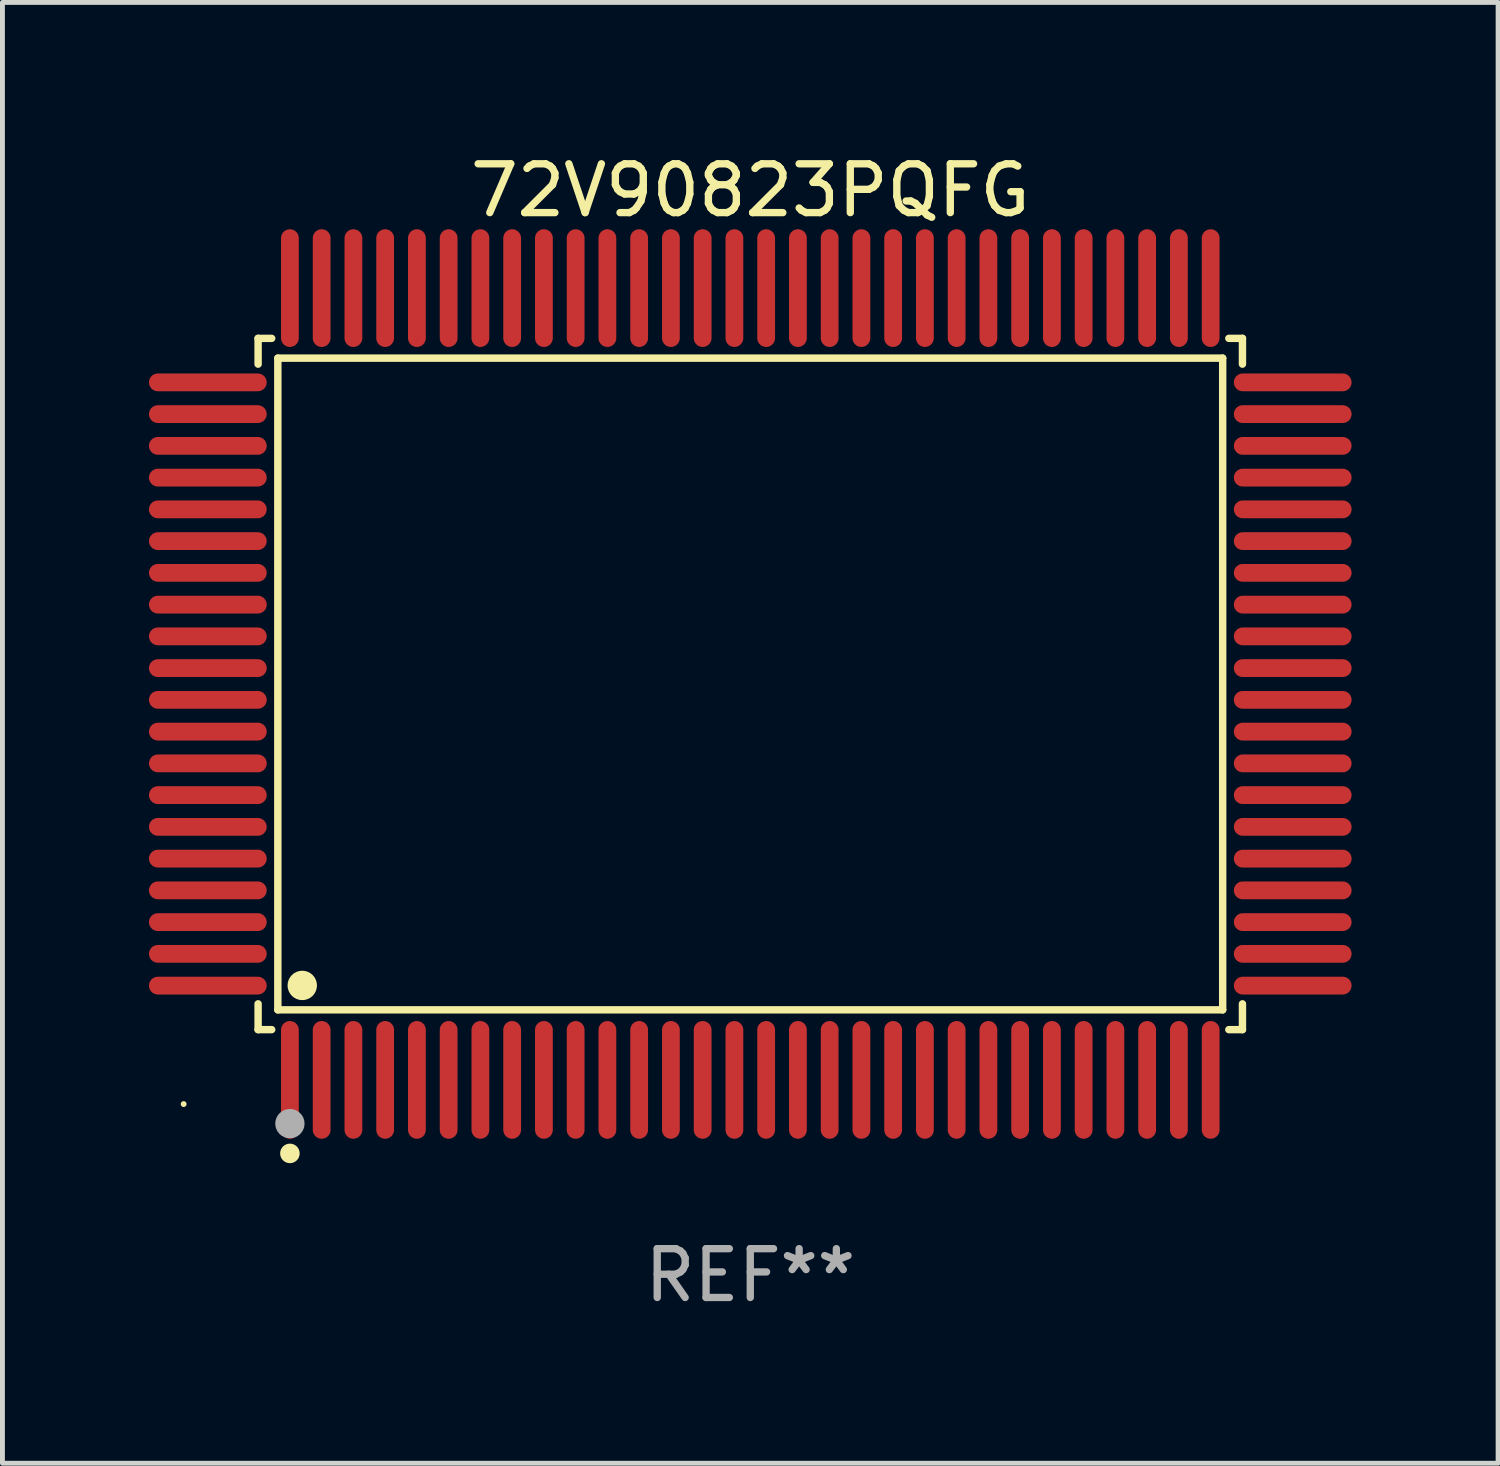
<source format=kicad_pcb>
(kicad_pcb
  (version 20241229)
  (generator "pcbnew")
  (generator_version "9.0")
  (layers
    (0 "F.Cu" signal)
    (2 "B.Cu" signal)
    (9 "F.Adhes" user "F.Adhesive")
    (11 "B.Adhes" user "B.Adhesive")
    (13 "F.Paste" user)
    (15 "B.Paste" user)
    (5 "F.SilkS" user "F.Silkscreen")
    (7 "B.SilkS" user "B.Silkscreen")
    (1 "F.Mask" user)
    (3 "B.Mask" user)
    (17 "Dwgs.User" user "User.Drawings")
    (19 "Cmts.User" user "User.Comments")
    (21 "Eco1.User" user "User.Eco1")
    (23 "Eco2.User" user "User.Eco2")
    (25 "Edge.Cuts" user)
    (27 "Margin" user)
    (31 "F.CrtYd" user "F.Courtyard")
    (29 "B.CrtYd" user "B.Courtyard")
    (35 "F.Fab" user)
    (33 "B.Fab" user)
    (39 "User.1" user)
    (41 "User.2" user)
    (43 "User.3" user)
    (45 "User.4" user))
  (footprint "72V90823PQFG"
    (layer "F.Cu")
    (at 12.31 10.953)
    (property "Reference" "72V90823PQFG" (at 0 -10.105 0) (layer "F.SilkS") (effects (font (size 1 1) (thickness 0.15))))
    (attr through_hole)
    (fp_line (start -10.076 -7.076) (end -9.798 -7.076) (stroke (width 0.152) (type solid)) (layer "F.SilkS"))
    (fp_line (start -10.076 -6.548) (end -10.076 -7.076) (stroke (width 0.152) (type solid)) (layer "F.SilkS"))
    (fp_line (start -10.076 6.548) (end -10.076 7.076) (stroke (width 0.152) (type solid)) (layer "F.SilkS"))
    (fp_line (start -10.076 7.076) (end -9.798 7.076) (stroke (width 0.152) (type solid)) (layer "F.SilkS"))
    (fp_line (start -9.672 -6.671) (end 9.671 -6.671) (stroke (width 0.152) (type solid)) (layer "F.SilkS"))
    (fp_line (start -9.672 6.671) (end -9.672 -6.671) (stroke (width 0.152) (type solid)) (layer "F.SilkS"))
    (fp_line (start 9.671 -6.671) (end 9.671 6.671) (stroke (width 0.152) (type solid)) (layer "F.SilkS"))
    (fp_line (start 9.671 6.671) (end -9.672 6.671) (stroke (width 0.152) (type solid)) (layer "F.SilkS"))
    (fp_line (start 10.076 -7.076) (end 9.797 -7.076) (stroke (width 0.152) (type solid)) (layer "F.SilkS"))
    (fp_line (start 10.076 -6.548) (end 10.076 -7.076) (stroke (width 0.152) (type solid)) (layer "F.SilkS"))
    (fp_line (start 10.076 6.548) (end 10.076 7.076) (stroke (width 0.152) (type solid)) (layer "F.SilkS"))
    (fp_line (start 10.076 7.076) (end 9.797 7.076) (stroke (width 0.152) (type solid)) (layer "F.SilkS"))
    (fp_circle (center -11.6 8.6) (end -11.57 8.6) (stroke (width 0.06) (type solid)) (fill no) (layer "F.SilkS"))
    (fp_circle (center -9.425 9.61) (end -9.325 9.61) (stroke (width 0.2) (type solid)) (fill no) (layer "F.SilkS"))
    (fp_circle (center -9.172 6.171) (end -9.021 6.171) (stroke (width 0.3) (type solid)) (fill no) (layer "F.SilkS"))
    (fp_circle (center -9.425 9) (end -9.275 9) (stroke (width 0.3) (type solid)) (fill no) (layer "F.Fab"))
    (fp_text user "REF**" (at 0 12.105 0) (layer "F.Fab") (effects (font (size 1 1) (thickness 0.15))))
    (pad "1" smd oval (at -9.425 8.105) (size 0.364 2.41) (layers "F.Cu" "F.Mask" "F.Paste"))
    (pad "2" smd oval (at -8.775 8.105) (size 0.364 2.41) (layers "F.Cu" "F.Mask" "F.Paste"))
    (pad "3" smd oval (at -8.125 8.105) (size 0.364 2.41) (layers "F.Cu" "F.Mask" "F.Paste"))
    (pad "4" smd oval (at -7.475 8.105) (size 0.364 2.41) (layers "F.Cu" "F.Mask" "F.Paste"))
    (pad "5" smd oval (at -6.825 8.105) (size 0.364 2.41) (layers "F.Cu" "F.Mask" "F.Paste"))
    (pad "6" smd oval (at -6.175 8.105) (size 0.364 2.41) (layers "F.Cu" "F.Mask" "F.Paste"))
    (pad "7" smd oval (at -5.525 8.105) (size 0.364 2.41) (layers "F.Cu" "F.Mask" "F.Paste"))
    (pad "8" smd oval (at -4.875 8.105) (size 0.364 2.41) (layers "F.Cu" "F.Mask" "F.Paste"))
    (pad "9" smd oval (at -4.225 8.105) (size 0.364 2.41) (layers "F.Cu" "F.Mask" "F.Paste"))
    (pad "10" smd oval (at -3.575 8.105) (size 0.364 2.41) (layers "F.Cu" "F.Mask" "F.Paste"))
    (pad "11" smd oval (at -2.925 8.105) (size 0.364 2.41) (layers "F.Cu" "F.Mask" "F.Paste"))
    (pad "12" smd oval (at -2.275 8.105) (size 0.364 2.41) (layers "F.Cu" "F.Mask" "F.Paste"))
    (pad "13" smd oval (at -1.625 8.105) (size 0.364 2.41) (layers "F.Cu" "F.Mask" "F.Paste"))
    (pad "14" smd oval (at -0.975 8.105) (size 0.364 2.41) (layers "F.Cu" "F.Mask" "F.Paste"))
    (pad "15" smd oval (at -0.325 8.105) (size 0.364 2.41) (layers "F.Cu" "F.Mask" "F.Paste"))
    (pad "16" smd oval (at 0.325 8.105) (size 0.364 2.41) (layers "F.Cu" "F.Mask" "F.Paste"))
    (pad "17" smd oval (at 0.975 8.105) (size 0.364 2.41) (layers "F.Cu" "F.Mask" "F.Paste"))
    (pad "18" smd oval (at 1.625 8.105) (size 0.364 2.41) (layers "F.Cu" "F.Mask" "F.Paste"))
    (pad "19" smd oval (at 2.275 8.105) (size 0.364 2.41) (layers "F.Cu" "F.Mask" "F.Paste"))
    (pad "20" smd oval (at 2.925 8.105) (size 0.364 2.41) (layers "F.Cu" "F.Mask" "F.Paste"))
    (pad "21" smd oval (at 3.575 8.105) (size 0.364 2.41) (layers "F.Cu" "F.Mask" "F.Paste"))
    (pad "22" smd oval (at 4.225 8.105) (size 0.364 2.41) (layers "F.Cu" "F.Mask" "F.Paste"))
    (pad "23" smd oval (at 4.875 8.105) (size 0.364 2.41) (layers "F.Cu" "F.Mask" "F.Paste"))
    (pad "24" smd oval (at 5.525 8.105) (size 0.364 2.41) (layers "F.Cu" "F.Mask" "F.Paste"))
    (pad "25" smd oval (at 6.175 8.105) (size 0.364 2.41) (layers "F.Cu" "F.Mask" "F.Paste"))
    (pad "26" smd oval (at 6.825 8.105) (size 0.364 2.41) (layers "F.Cu" "F.Mask" "F.Paste"))
    (pad "27" smd oval (at 7.475 8.105) (size 0.364 2.41) (layers "F.Cu" "F.Mask" "F.Paste"))
    (pad "28" smd oval (at 8.125 8.105) (size 0.364 2.41) (layers "F.Cu" "F.Mask" "F.Paste"))
    (pad "29" smd oval (at 8.775 8.105) (size 0.364 2.41) (layers "F.Cu" "F.Mask" "F.Paste"))
    (pad "30" smd oval (at 9.425 8.105) (size 0.364 2.41) (layers "F.Cu" "F.Mask" "F.Paste"))
    (pad "31" smd oval (at 11.105 6.175) (size 2.41 0.364) (layers "F.Cu" "F.Mask" "F.Paste"))
    (pad "32" smd oval (at 11.105 5.525) (size 2.41 0.364) (layers "F.Cu" "F.Mask" "F.Paste"))
    (pad "33" smd oval (at 11.105 4.875) (size 2.41 0.364) (layers "F.Cu" "F.Mask" "F.Paste"))
    (pad "34" smd oval (at 11.105 4.225) (size 2.41 0.364) (layers "F.Cu" "F.Mask" "F.Paste"))
    (pad "35" smd oval (at 11.105 3.575) (size 2.41 0.364) (layers "F.Cu" "F.Mask" "F.Paste"))
    (pad "36" smd oval (at 11.105 2.925) (size 2.41 0.364) (layers "F.Cu" "F.Mask" "F.Paste"))
    (pad "37" smd oval (at 11.105 2.275) (size 2.41 0.364) (layers "F.Cu" "F.Mask" "F.Paste"))
    (pad "38" smd oval (at 11.105 1.625) (size 2.41 0.364) (layers "F.Cu" "F.Mask" "F.Paste"))
    (pad "39" smd oval (at 11.105 0.975) (size 2.41 0.364) (layers "F.Cu" "F.Mask" "F.Paste"))
    (pad "40" smd oval (at 11.105 0.325) (size 2.41 0.364) (layers "F.Cu" "F.Mask" "F.Paste"))
    (pad "41" smd oval (at 11.105 -0.325) (size 2.41 0.364) (layers "F.Cu" "F.Mask" "F.Paste"))
    (pad "42" smd oval (at 11.105 -0.975) (size 2.41 0.364) (layers "F.Cu" "F.Mask" "F.Paste"))
    (pad "43" smd oval (at 11.105 -1.625) (size 2.41 0.364) (layers "F.Cu" "F.Mask" "F.Paste"))
    (pad "44" smd oval (at 11.105 -2.275) (size 2.41 0.364) (layers "F.Cu" "F.Mask" "F.Paste"))
    (pad "45" smd oval (at 11.105 -2.925) (size 2.41 0.364) (layers "F.Cu" "F.Mask" "F.Paste"))
    (pad "46" smd oval (at 11.105 -3.575) (size 2.41 0.364) (layers "F.Cu" "F.Mask" "F.Paste"))
    (pad "47" smd oval (at 11.105 -4.225) (size 2.41 0.364) (layers "F.Cu" "F.Mask" "F.Paste"))
    (pad "48" smd oval (at 11.105 -4.875) (size 2.41 0.364) (layers "F.Cu" "F.Mask" "F.Paste"))
    (pad "49" smd oval (at 11.105 -5.525) (size 2.41 0.364) (layers "F.Cu" "F.Mask" "F.Paste"))
    (pad "50" smd oval (at 11.105 -6.175) (size 2.41 0.364) (layers "F.Cu" "F.Mask" "F.Paste"))
    (pad "51" smd oval (at 9.425 -8.105) (size 0.364 2.41) (layers "F.Cu" "F.Mask" "F.Paste"))
    (pad "52" smd oval (at 8.775 -8.105) (size 0.364 2.41) (layers "F.Cu" "F.Mask" "F.Paste"))
    (pad "53" smd oval (at 8.125 -8.105) (size 0.364 2.41) (layers "F.Cu" "F.Mask" "F.Paste"))
    (pad "54" smd oval (at 7.475 -8.105) (size 0.364 2.41) (layers "F.Cu" "F.Mask" "F.Paste"))
    (pad "55" smd oval (at 6.825 -8.105) (size 0.364 2.41) (layers "F.Cu" "F.Mask" "F.Paste"))
    (pad "56" smd oval (at 6.175 -8.105) (size 0.364 2.41) (layers "F.Cu" "F.Mask" "F.Paste"))
    (pad "57" smd oval (at 5.525 -8.105) (size 0.364 2.41) (layers "F.Cu" "F.Mask" "F.Paste"))
    (pad "58" smd oval (at 4.875 -8.105) (size 0.364 2.41) (layers "F.Cu" "F.Mask" "F.Paste"))
    (pad "59" smd oval (at 4.225 -8.105) (size 0.364 2.41) (layers "F.Cu" "F.Mask" "F.Paste"))
    (pad "60" smd oval (at 3.575 -8.105) (size 0.364 2.41) (layers "F.Cu" "F.Mask" "F.Paste"))
    (pad "61" smd oval (at 2.925 -8.105) (size 0.364 2.41) (layers "F.Cu" "F.Mask" "F.Paste"))
    (pad "62" smd oval (at 2.275 -8.105) (size 0.364 2.41) (layers "F.Cu" "F.Mask" "F.Paste"))
    (pad "63" smd oval (at 1.625 -8.105) (size 0.364 2.41) (layers "F.Cu" "F.Mask" "F.Paste"))
    (pad "64" smd oval (at 0.975 -8.105) (size 0.364 2.41) (layers "F.Cu" "F.Mask" "F.Paste"))
    (pad "65" smd oval (at 0.325 -8.105) (size 0.364 2.41) (layers "F.Cu" "F.Mask" "F.Paste"))
    (pad "66" smd oval (at -0.325 -8.105) (size 0.364 2.41) (layers "F.Cu" "F.Mask" "F.Paste"))
    (pad "67" smd oval (at -0.975 -8.105) (size 0.364 2.41) (layers "F.Cu" "F.Mask" "F.Paste"))
    (pad "68" smd oval (at -1.625 -8.105) (size 0.364 2.41) (layers "F.Cu" "F.Mask" "F.Paste"))
    (pad "69" smd oval (at -2.275 -8.105) (size 0.364 2.41) (layers "F.Cu" "F.Mask" "F.Paste"))
    (pad "70" smd oval (at -2.925 -8.105) (size 0.364 2.41) (layers "F.Cu" "F.Mask" "F.Paste"))
    (pad "71" smd oval (at -3.575 -8.105) (size 0.364 2.41) (layers "F.Cu" "F.Mask" "F.Paste"))
    (pad "72" smd oval (at -4.225 -8.105) (size 0.364 2.41) (layers "F.Cu" "F.Mask" "F.Paste"))
    (pad "73" smd oval (at -4.875 -8.105) (size 0.364 2.41) (layers "F.Cu" "F.Mask" "F.Paste"))
    (pad "74" smd oval (at -5.525 -8.105) (size 0.364 2.41) (layers "F.Cu" "F.Mask" "F.Paste"))
    (pad "75" smd oval (at -6.175 -8.105) (size 0.364 2.41) (layers "F.Cu" "F.Mask" "F.Paste"))
    (pad "76" smd oval (at -6.825 -8.105) (size 0.364 2.41) (layers "F.Cu" "F.Mask" "F.Paste"))
    (pad "77" smd oval (at -7.475 -8.105) (size 0.364 2.41) (layers "F.Cu" "F.Mask" "F.Paste"))
    (pad "78" smd oval (at -8.125 -8.105) (size 0.364 2.41) (layers "F.Cu" "F.Mask" "F.Paste"))
    (pad "79" smd oval (at -8.775 -8.105) (size 0.364 2.41) (layers "F.Cu" "F.Mask" "F.Paste"))
    (pad "80" smd oval (at -9.425 -8.105) (size 0.364 2.41) (layers "F.Cu" "F.Mask" "F.Paste"))
    (pad "81" smd oval (at -11.105 -6.175) (size 2.41 0.364) (layers "F.Cu" "F.Mask" "F.Paste"))
    (pad "82" smd oval (at -11.105 -5.525) (size 2.41 0.364) (layers "F.Cu" "F.Mask" "F.Paste"))
    (pad "83" smd oval (at -11.105 -4.875) (size 2.41 0.364) (layers "F.Cu" "F.Mask" "F.Paste"))
    (pad "84" smd oval (at -11.105 -4.225) (size 2.41 0.364) (layers "F.Cu" "F.Mask" "F.Paste"))
    (pad "85" smd oval (at -11.105 -3.575) (size 2.41 0.364) (layers "F.Cu" "F.Mask" "F.Paste"))
    (pad "86" smd oval (at -11.105 -2.925) (size 2.41 0.364) (layers "F.Cu" "F.Mask" "F.Paste"))
    (pad "87" smd oval (at -11.105 -2.275) (size 2.41 0.364) (layers "F.Cu" "F.Mask" "F.Paste"))
    (pad "88" smd oval (at -11.105 -1.625) (size 2.41 0.364) (layers "F.Cu" "F.Mask" "F.Paste"))
    (pad "89" smd oval (at -11.105 -0.975) (size 2.41 0.364) (layers "F.Cu" "F.Mask" "F.Paste"))
    (pad "90" smd oval (at -11.105 -0.325) (size 2.41 0.364) (layers "F.Cu" "F.Mask" "F.Paste"))
    (pad "91" smd oval (at -11.105 0.325) (size 2.41 0.364) (layers "F.Cu" "F.Mask" "F.Paste"))
    (pad "92" smd oval (at -11.105 0.975) (size 2.41 0.364) (layers "F.Cu" "F.Mask" "F.Paste"))
    (pad "93" smd oval (at -11.105 1.625) (size 2.41 0.364) (layers "F.Cu" "F.Mask" "F.Paste"))
    (pad "94" smd oval (at -11.105 2.275) (size 2.41 0.364) (layers "F.Cu" "F.Mask" "F.Paste"))
    (pad "95" smd oval (at -11.105 2.925) (size 2.41 0.364) (layers "F.Cu" "F.Mask" "F.Paste"))
    (pad "96" smd oval (at -11.105 3.575) (size 2.41 0.364) (layers "F.Cu" "F.Mask" "F.Paste"))
    (pad "97" smd oval (at -11.105 4.225) (size 2.41 0.364) (layers "F.Cu" "F.Mask" "F.Paste"))
    (pad "98" smd oval (at -11.105 4.875) (size 2.41 0.364) (layers "F.Cu" "F.Mask" "F.Paste"))
    (pad "99" smd oval (at -11.105 5.525) (size 2.41 0.364) (layers "F.Cu" "F.Mask" "F.Paste"))
    (pad "100" smd oval (at -11.105 6.175) (size 2.41 0.364) (layers "F.Cu" "F.Mask" "F.Paste")))
  (gr_rect
    (start -3 -3)
    (end 27.62 26.906)
    (stroke (width 0.1) (type default))
    (fill no)
    (layer "Edge.Cuts")))
</source>
